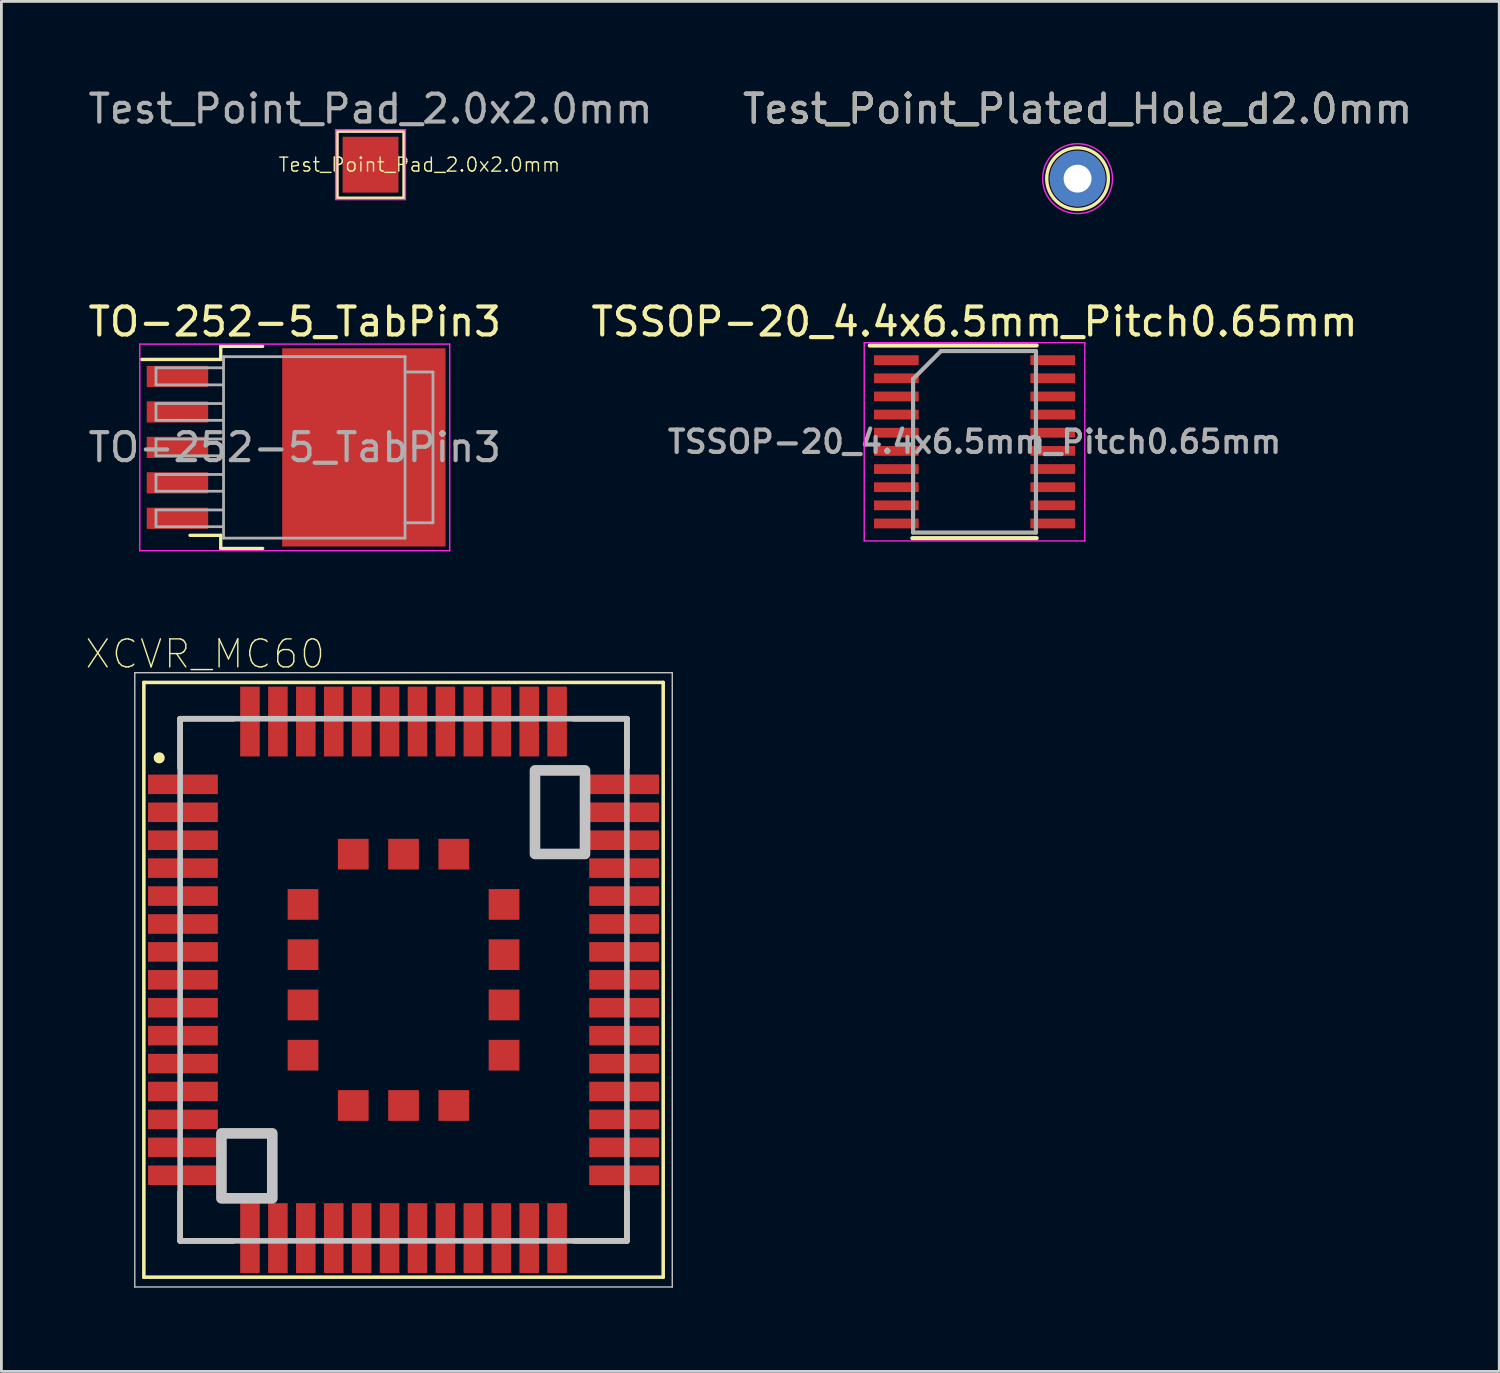
<source format=kicad_pcb>
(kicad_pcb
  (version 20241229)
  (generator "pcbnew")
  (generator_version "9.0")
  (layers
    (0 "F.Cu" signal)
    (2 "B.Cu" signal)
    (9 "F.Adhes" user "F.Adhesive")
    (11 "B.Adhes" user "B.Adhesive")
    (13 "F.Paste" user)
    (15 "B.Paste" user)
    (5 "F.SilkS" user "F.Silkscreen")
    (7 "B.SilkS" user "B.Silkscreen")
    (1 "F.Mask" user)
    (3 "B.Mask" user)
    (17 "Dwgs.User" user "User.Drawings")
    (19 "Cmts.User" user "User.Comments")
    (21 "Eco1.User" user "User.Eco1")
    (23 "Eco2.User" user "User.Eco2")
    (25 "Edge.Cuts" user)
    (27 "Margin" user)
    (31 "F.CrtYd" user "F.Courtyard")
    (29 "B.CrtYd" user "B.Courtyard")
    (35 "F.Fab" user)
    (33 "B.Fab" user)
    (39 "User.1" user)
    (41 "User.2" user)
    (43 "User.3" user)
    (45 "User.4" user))
  (footprint "TO-252-5_TabPin3"
    (layer "F.Cu")
    (at 3.306 12.973)
    (property "Reference" "TO-252-5_TabPin3" (at 4.2 -4.5 0) (layer "F.SilkS") (effects (font (size 1 1) (thickness 0.15))))
    (attr smd)
    (fp_line (start 1.55 -3.62) (end 1.55 -3.15) (stroke (width 0.12) (type solid)) (layer "F.SilkS"))
    (fp_line (start 1.55 -3.15) (end -1.28 -3.15) (stroke (width 0.12) (type solid)) (layer "F.SilkS"))
    (fp_line (start 1.55 3.15) (end 0.45 3.15) (stroke (width 0.12) (type solid)) (layer "F.SilkS"))
    (fp_line (start 1.55 3.62) (end 1.55 3.15) (stroke (width 0.12) (type solid)) (layer "F.SilkS"))
    (fp_line (start 3.05 -3.62) (end 1.55 -3.62) (stroke (width 0.12) (type solid)) (layer "F.SilkS"))
    (fp_line (start 3.05 3.62) (end 1.55 3.62) (stroke (width 0.12) (type solid)) (layer "F.SilkS"))
    (fp_line (start -1.35 -3.7) (end -1.35 3.7) (stroke (width 0.05) (type solid)) (layer "F.CrtYd"))
    (fp_line (start -1.35 3.7) (end 9.75 3.7) (stroke (width 0.05) (type solid)) (layer "F.CrtYd"))
    (fp_line (start 9.75 -3.7) (end -1.35 -3.7) (stroke (width 0.05) (type solid)) (layer "F.CrtYd"))
    (fp_line (start 9.75 3.7) (end 9.75 -3.7) (stroke (width 0.05) (type solid)) (layer "F.CrtYd"))
    (fp_line (start -0.77 -2.84) (end -0.77 -2.24) (stroke (width 0.1) (type solid)) (layer "F.Fab"))
    (fp_line (start -0.77 -2.24) (end 1.65 -2.24) (stroke (width 0.1) (type solid)) (layer "F.Fab"))
    (fp_line (start -0.77 -1.57) (end -0.77 -0.97) (stroke (width 0.1) (type solid)) (layer "F.Fab"))
    (fp_line (start -0.77 -0.97) (end 1.65 -0.97) (stroke (width 0.1) (type solid)) (layer "F.Fab"))
    (fp_line (start -0.77 -0.3) (end -0.77 0.3) (stroke (width 0.1) (type solid)) (layer "F.Fab"))
    (fp_line (start -0.77 0.3) (end 1.65 0.3) (stroke (width 0.1) (type solid)) (layer "F.Fab"))
    (fp_line (start -0.77 0.97) (end -0.77 1.57) (stroke (width 0.1) (type solid)) (layer "F.Fab"))
    (fp_line (start -0.77 1.57) (end 1.65 1.57) (stroke (width 0.1) (type solid)) (layer "F.Fab"))
    (fp_line (start -0.77 2.24) (end -0.77 2.84) (stroke (width 0.1) (type solid)) (layer "F.Fab"))
    (fp_line (start -0.77 2.84) (end 1.65 2.84) (stroke (width 0.1) (type solid)) (layer "F.Fab"))
    (fp_line (start 1.65 -3.25) (end 8.15 -3.25) (stroke (width 0.1) (type solid)) (layer "F.Fab"))
    (fp_line (start 1.65 -2.85) (end -0.77 -2.85) (stroke (width 0.1) (type solid)) (layer "F.Fab"))
    (fp_line (start 1.65 -1.57) (end -0.77 -1.57) (stroke (width 0.1) (type solid)) (layer "F.Fab"))
    (fp_line (start 1.65 -0.3) (end -0.77 -0.3) (stroke (width 0.1) (type solid)) (layer "F.Fab"))
    (fp_line (start 1.65 0.97) (end -0.77 0.97) (stroke (width 0.1) (type solid)) (layer "F.Fab"))
    (fp_line (start 1.65 2.24) (end -0.77 2.24) (stroke (width 0.1) (type solid)) (layer "F.Fab"))
    (fp_line (start 1.65 3.25) (end 1.65 -3.25) (stroke (width 0.1) (type solid)) (layer "F.Fab"))
    (fp_line (start 8.15 -3.25) (end 8.15 3.25) (stroke (width 0.1) (type solid)) (layer "F.Fab"))
    (fp_line (start 8.15 -2.7) (end 9.15 -2.7) (stroke (width 0.1) (type solid)) (layer "F.Fab"))
    (fp_line (start 8.15 3.25) (end 1.65 3.25) (stroke (width 0.1) (type solid)) (layer "F.Fab"))
    (fp_line (start 9.15 -2.7) (end 9.15 2.7) (stroke (width 0.1) (type solid)) (layer "F.Fab"))
    (fp_line (start 9.15 2.7) (end 8.15 2.7) (stroke (width 0.1) (type solid)) (layer "F.Fab"))
    (fp_text user "${REFERENCE}" (at 4.2 0 0) (layer "F.Fab") (effects (font (size 1 1) (thickness 0.15))))
    (pad "1" smd rect (at 0 -2.54) (size 2.2 0.76) (layers "F.Cu" "F.Mask" "F.Paste"))
    (pad "2" smd rect (at 0 -1.27) (size 2.2 0.76) (layers "F.Cu" "F.Mask" "F.Paste"))
    (pad "3" smd rect (at 0 0) (size 2.2 0.76) (layers "F.Cu" "F.Mask" "F.Paste"))
    (pad "3" smd rect (at 6.675 0) (size 5.85 7.1) (layers "F.Cu" "F.Mask"))
    (pad "4" smd rect (at 0 1.27) (size 2.2 0.76) (layers "F.Cu" "F.Mask" "F.Paste"))
    (pad "5" smd rect (at 0 2.54) (size 2.2 0.76) (layers "F.Cu" "F.Mask" "F.Paste")))
  (footprint "Test_Point_Plated_Hole_d2.0mm"
    (layer "F.Cu")
    (at 35.542 3.348)
    (property "Reference" "Test_Point_Plated_Hole_d2.0mm" (at 0 -2.498 0) (layer "F.SilkS") (effects (font (size 1 1) (thickness 0.15))))
    (attr exclude_from_pos_files exclude_from_bom)
    (fp_circle (center 0 0) (end 0.1 -1.1) (stroke (width 0.12) (type solid)) (fill no) (layer "F.SilkS"))
    (fp_circle (center 0 0) (end 1.25 0.05) (stroke (width 0.05) (type solid)) (fill no) (layer "F.CrtYd"))
    (fp_text user "${REFERENCE}" (at 0 -2.5 0) (layer "F.Fab") (effects (font (size 1 1) (thickness 0.15))))
    (pad "1" thru_hole circle (at 0 0) (size 2 2) (drill 1) (layers "*.Cu" "*.Mask")))
  (footprint "Test_Point_Pad_2.0x2.0mm"
    (layer "F.Cu")
    (at 10.22 2.848)
    (property "Reference" "Test_Point_Pad_2.0x2.0mm" (at 1.75 0 0) (layer "F.SilkS") (effects (font (size 0.5 0.5) (thickness 0.05))))
    (attr exclude_from_pos_files exclude_from_bom)
    (fp_line (start -1.2 -1.2) (end 1.2 -1.2) (stroke (width 0.12) (type solid)) (layer "F.SilkS"))
    (fp_line (start -1.2 1.2) (end -1.2 -1.2) (stroke (width 0.12) (type solid)) (layer "F.SilkS"))
    (fp_line (start 1.2 -1.2) (end 1.2 1.2) (stroke (width 0.12) (type solid)) (layer "F.SilkS"))
    (fp_line (start 1.2 1.2) (end -1.2 1.2) (stroke (width 0.12) (type solid)) (layer "F.SilkS"))
    (fp_line (start -1.25 -1.25) (end -1.25 1.25) (stroke (width 0.05) (type solid)) (layer "F.CrtYd"))
    (fp_line (start -1.25 -1.25) (end 1.25 -1.25) (stroke (width 0.05) (type solid)) (layer "F.CrtYd"))
    (fp_line (start 1.25 1.25) (end -1.25 1.25) (stroke (width 0.05) (type solid)) (layer "F.CrtYd"))
    (fp_line (start 1.25 1.25) (end 1.25 -1.25) (stroke (width 0.05) (type solid)) (layer "F.CrtYd"))
    (fp_text user "${REFERENCE}" (at 0 -2 0) (layer "F.Fab") (effects (font (size 1 1) (thickness 0.15))))
    (pad "1" smd rect (at 0 0) (size 2 2) (layers "F.Cu" "F.Mask")))
  (footprint "XCVR_MC60"
    (layer "F.Cu")
    (at 11.402 32.041)
    (property "Reference" "XCVR_MC60" (at -7.106 -11.669 0) (layer "F.SilkS") (effects (font (size 1.003 1.003) (thickness 0.05))))
    (attr smd)
    (fp_line (start -9.3 -10.65) (end 9.3 -10.65) (stroke (width 0.127) (type solid)) (layer "F.SilkS"))
    (fp_line (start -9.3 10.65) (end -9.3 -10.65) (stroke (width 0.127) (type solid)) (layer "F.SilkS"))
    (fp_line (start -8 -9.35) (end -8 -7.6) (stroke (width 0.2) (type solid)) (layer "F.SilkS"))
    (fp_line (start -8 -9.35) (end -6.1 -9.35) (stroke (width 0.2) (type solid)) (layer "F.SilkS"))
    (fp_line (start -8 7.6) (end -8 9.35) (stroke (width 0.2) (type solid)) (layer "F.SilkS"))
    (fp_line (start -8 9.35) (end -6.1 9.35) (stroke (width 0.2) (type solid)) (layer "F.SilkS"))
    (fp_line (start 8 -9.35) (end 6.1 -9.35) (stroke (width 0.2) (type solid)) (layer "F.SilkS"))
    (fp_line (start 8 -7.6) (end 8 -9.35) (stroke (width 0.2) (type solid)) (layer "F.SilkS"))
    (fp_line (start 8 9.35) (end 6.1 9.35) (stroke (width 0.2) (type solid)) (layer "F.SilkS"))
    (fp_line (start 8 9.35) (end 8 7.6) (stroke (width 0.2) (type solid)) (layer "F.SilkS"))
    (fp_line (start 9.3 -10.65) (end 9.3 10.65) (stroke (width 0.127) (type solid)) (layer "F.SilkS"))
    (fp_line (start 9.3 10.65) (end -9.3 10.65) (stroke (width 0.127) (type solid)) (layer "F.SilkS"))
    (fp_circle (center -8.75 -7.95) (end -8.65 -7.95) (stroke (width 0.2) (type solid)) (fill no) (layer "F.SilkS"))
    (fp_line (start -9.625 -11) (end 9.625 -11) (stroke (width 0.05) (type solid)) (layer "Dwgs.User"))
    (fp_line (start -9.625 11) (end -9.625 -11) (stroke (width 0.05) (type solid)) (layer "Dwgs.User"))
    (fp_line (start -8 -9.35) (end 8 -9.35) (stroke (width 0.2) (type solid)) (layer "Dwgs.User"))
    (fp_line (start -8 9.35) (end -8 -9.35) (stroke (width 0.2) (type solid)) (layer "Dwgs.User"))
    (fp_line (start 8 -9.35) (end 8 9.35) (stroke (width 0.2) (type solid)) (layer "Dwgs.User"))
    (fp_line (start 8 9.35) (end -8 9.35) (stroke (width 0.2) (type solid)) (layer "Dwgs.User"))
    (fp_line (start 9.625 -11) (end 9.625 11) (stroke (width 0.05) (type solid)) (layer "Dwgs.User"))
    (fp_line (start 9.625 11) (end -9.625 11) (stroke (width 0.05) (type solid)) (layer "Dwgs.User"))
    (fp_poly (pts (xy -6.522 5.5) (xy -4.7 5.5) (xy -4.7 7.826) (xy -6.522 7.826)) (stroke (width 0.381) (type solid)) (fill no) (layer "Dwgs.User"))
    (fp_poly (pts (xy 4.708 -7.5) (xy 6.5 -7.5) (xy 6.5 -4.507) (xy 4.708 -4.507)) (stroke (width 0.381) (type solid)) (fill no) (layer "Dwgs.User"))
    (pad "1" smd rect (at -7.9 -7) (size 2.5 0.7) (layers "F.Cu" "F.Mask" "F.Paste"))
    (pad "2" smd rect (at -7.9 -6) (size 2.5 0.7) (layers "F.Cu" "F.Mask" "F.Paste"))
    (pad "3" smd rect (at -7.9 -5) (size 2.5 0.7) (layers "F.Cu" "F.Mask" "F.Paste"))
    (pad "4" smd rect (at -7.9 -4) (size 2.5 0.7) (layers "F.Cu" "F.Mask" "F.Paste"))
    (pad "5" smd rect (at -7.9 -3) (size 2.5 0.7) (layers "F.Cu" "F.Mask" "F.Paste"))
    (pad "6" smd rect (at -7.9 -2) (size 2.5 0.7) (layers "F.Cu" "F.Mask" "F.Paste"))
    (pad "7" smd rect (at -7.9 -1) (size 2.5 0.7) (layers "F.Cu" "F.Mask" "F.Paste"))
    (pad "8" smd rect (at -7.9 0) (size 2.5 0.7) (layers "F.Cu" "F.Mask" "F.Paste"))
    (pad "9" smd rect (at -7.9 1) (size 2.5 0.7) (layers "F.Cu" "F.Mask" "F.Paste"))
    (pad "10" smd rect (at -7.9 2) (size 2.5 0.7) (layers "F.Cu" "F.Mask" "F.Paste"))
    (pad "11" smd rect (at -7.9 3) (size 2.5 0.7) (layers "F.Cu" "F.Mask" "F.Paste"))
    (pad "12" smd rect (at -7.9 4) (size 2.5 0.7) (layers "F.Cu" "F.Mask" "F.Paste"))
    (pad "13" smd rect (at -7.9 5) (size 2.5 0.7) (layers "F.Cu" "F.Mask" "F.Paste"))
    (pad "14" smd rect (at -7.9 6) (size 2.5 0.7) (layers "F.Cu" "F.Mask" "F.Paste"))
    (pad "15" smd rect (at -7.9 7) (size 2.5 0.7) (layers "F.Cu" "F.Mask" "F.Paste"))
    (pad "16" smd rect (at -5.5 9.25 90) (size 2.5 0.7) (layers "F.Cu" "F.Mask" "F.Paste"))
    (pad "17" smd rect (at -4.5 9.25 90) (size 2.5 0.7) (layers "F.Cu" "F.Mask" "F.Paste"))
    (pad "18" smd rect (at -3.5 9.25 90) (size 2.5 0.7) (layers "F.Cu" "F.Mask" "F.Paste"))
    (pad "19" smd rect (at -2.5 9.25 90) (size 2.5 0.7) (layers "F.Cu" "F.Mask" "F.Paste"))
    (pad "20" smd rect (at -1.5 9.25 90) (size 2.5 0.7) (layers "F.Cu" "F.Mask" "F.Paste"))
    (pad "21" smd rect (at -0.5 9.25 90) (size 2.5 0.7) (layers "F.Cu" "F.Mask" "F.Paste"))
    (pad "22" smd rect (at 0.5 9.25 90) (size 2.5 0.7) (layers "F.Cu" "F.Mask" "F.Paste"))
    (pad "23" smd rect (at 1.5 9.25 90) (size 2.5 0.7) (layers "F.Cu" "F.Mask" "F.Paste"))
    (pad "24" smd rect (at 2.5 9.25 90) (size 2.5 0.7) (layers "F.Cu" "F.Mask" "F.Paste"))
    (pad "25" smd rect (at 3.5 9.25 90) (size 2.5 0.7) (layers "F.Cu" "F.Mask" "F.Paste"))
    (pad "26" smd rect (at 4.5 9.25 90) (size 2.5 0.7) (layers "F.Cu" "F.Mask" "F.Paste"))
    (pad "27" smd rect (at 5.5 9.25 90) (size 2.5 0.7) (layers "F.Cu" "F.Mask" "F.Paste"))
    (pad "28" smd rect (at 7.9 7 180) (size 2.5 0.7) (layers "F.Cu" "F.Mask" "F.Paste"))
    (pad "29" smd rect (at 7.9 6 180) (size 2.5 0.7) (layers "F.Cu" "F.Mask" "F.Paste"))
    (pad "30" smd rect (at 7.9 5 180) (size 2.5 0.7) (layers "F.Cu" "F.Mask" "F.Paste"))
    (pad "31" smd rect (at 7.9 4 180) (size 2.5 0.7) (layers "F.Cu" "F.Mask" "F.Paste"))
    (pad "32" smd rect (at 7.9 3 180) (size 2.5 0.7) (layers "F.Cu" "F.Mask" "F.Paste"))
    (pad "33" smd rect (at 7.9 2 180) (size 2.5 0.7) (layers "F.Cu" "F.Mask" "F.Paste"))
    (pad "34" smd rect (at 7.9 1 180) (size 2.5 0.7) (layers "F.Cu" "F.Mask" "F.Paste"))
    (pad "35" smd rect (at 7.9 0 180) (size 2.5 0.7) (layers "F.Cu" "F.Mask" "F.Paste"))
    (pad "36" smd rect (at 7.9 -1 180) (size 2.5 0.7) (layers "F.Cu" "F.Mask" "F.Paste"))
    (pad "37" smd rect (at 7.9 -2 180) (size 2.5 0.7) (layers "F.Cu" "F.Mask" "F.Paste"))
    (pad "38" smd rect (at 7.9 -3 180) (size 2.5 0.7) (layers "F.Cu" "F.Mask" "F.Paste"))
    (pad "39" smd rect (at 7.9 -4 180) (size 2.5 0.7) (layers "F.Cu" "F.Mask" "F.Paste"))
    (pad "40" smd rect (at 7.9 -5 180) (size 2.5 0.7) (layers "F.Cu" "F.Mask" "F.Paste"))
    (pad "41" smd rect (at 7.9 -6 180) (size 2.5 0.7) (layers "F.Cu" "F.Mask" "F.Paste"))
    (pad "42" smd rect (at 7.9 -7 180) (size 2.5 0.7) (layers "F.Cu" "F.Mask" "F.Paste"))
    (pad "43" smd rect (at 5.5 -9.25 270) (size 2.5 0.7) (layers "F.Cu" "F.Mask" "F.Paste"))
    (pad "44" smd rect (at 4.5 -9.25 270) (size 2.5 0.7) (layers "F.Cu" "F.Mask" "F.Paste"))
    (pad "45" smd rect (at 3.5 -9.25 270) (size 2.5 0.7) (layers "F.Cu" "F.Mask" "F.Paste"))
    (pad "46" smd rect (at 2.5 -9.25 270) (size 2.5 0.7) (layers "F.Cu" "F.Mask" "F.Paste"))
    (pad "47" smd rect (at 1.5 -9.25 270) (size 2.5 0.7) (layers "F.Cu" "F.Mask" "F.Paste"))
    (pad "48" smd rect (at 0.5 -9.25 270) (size 2.5 0.7) (layers "F.Cu" "F.Mask" "F.Paste"))
    (pad "49" smd rect (at -0.5 -9.25 270) (size 2.5 0.7) (layers "F.Cu" "F.Mask" "F.Paste"))
    (pad "50" smd rect (at -1.5 -9.25 270) (size 2.5 0.7) (layers "F.Cu" "F.Mask" "F.Paste"))
    (pad "51" smd rect (at -2.5 -9.25 270) (size 2.5 0.7) (layers "F.Cu" "F.Mask" "F.Paste"))
    (pad "52" smd rect (at -3.5 -9.25 270) (size 2.5 0.7) (layers "F.Cu" "F.Mask" "F.Paste"))
    (pad "53" smd rect (at -4.5 -9.25 270) (size 2.5 0.7) (layers "F.Cu" "F.Mask" "F.Paste"))
    (pad "54" smd rect (at -5.5 -9.25 270) (size 2.5 0.7) (layers "F.Cu" "F.Mask" "F.Paste"))
    (pad "55" smd rect (at -3.6 -2.7) (size 1.1 1.1) (layers "F.Cu" "F.Mask" "F.Paste"))
    (pad "56" smd rect (at -3.6 -0.9) (size 1.1 1.1) (layers "F.Cu" "F.Mask" "F.Paste"))
    (pad "57" smd rect (at -3.6 0.9) (size 1.1 1.1) (layers "F.Cu" "F.Mask" "F.Paste"))
    (pad "58" smd rect (at -3.6 2.7) (size 1.1 1.1) (layers "F.Cu" "F.Mask" "F.Paste"))
    (pad "59" smd rect (at -1.8 4.5) (size 1.1 1.1) (layers "F.Cu" "F.Mask" "F.Paste"))
    (pad "60" smd rect (at 0 4.5) (size 1.1 1.1) (layers "F.Cu" "F.Mask" "F.Paste"))
    (pad "61" smd rect (at 1.8 4.5) (size 1.1 1.1) (layers "F.Cu" "F.Mask" "F.Paste"))
    (pad "62" smd rect (at 3.6 2.7) (size 1.1 1.1) (layers "F.Cu" "F.Mask" "F.Paste"))
    (pad "63" smd rect (at 3.6 0.9) (size 1.1 1.1) (layers "F.Cu" "F.Mask" "F.Paste"))
    (pad "64" smd rect (at 3.6 -0.9) (size 1.1 1.1) (layers "F.Cu" "F.Mask" "F.Paste"))
    (pad "65" smd rect (at 3.6 -2.7) (size 1.1 1.1) (layers "F.Cu" "F.Mask" "F.Paste"))
    (pad "66" smd rect (at 1.8 -4.5) (size 1.1 1.1) (layers "F.Cu" "F.Mask" "F.Paste"))
    (pad "67" smd rect (at 0 -4.5) (size 1.1 1.1) (layers "F.Cu" "F.Mask" "F.Paste"))
    (pad "68" smd rect (at -1.8 -4.5) (size 1.1 1.1) (layers "F.Cu" "F.Mask" "F.Paste")))
  (footprint "TSSOP-20_4.4x6.5mm_Pitch0.65mm"
    (layer "F.Cu")
    (at 31.851 12.773)
    (property "Reference" "TSSOP-20_4.4x6.5mm_Pitch0.65mm" (at 0 -4.3 0) (layer "F.SilkS") (effects (font (size 1 1) (thickness 0.15))))
    (attr smd)
    (fp_line (start -3.75 -3.45) (end 2.225 -3.45) (stroke (width 0.15) (type solid)) (layer "F.SilkS"))
    (fp_line (start -2.225 3.45) (end 2.225 3.45) (stroke (width 0.15) (type solid)) (layer "F.SilkS"))
    (fp_line (start -3.95 -3.55) (end -3.95 3.55) (stroke (width 0.05) (type solid)) (layer "F.CrtYd"))
    (fp_line (start -3.95 -3.55) (end 3.95 -3.55) (stroke (width 0.05) (type solid)) (layer "F.CrtYd"))
    (fp_line (start -3.95 3.55) (end 3.95 3.55) (stroke (width 0.05) (type solid)) (layer "F.CrtYd"))
    (fp_line (start 3.95 -3.55) (end 3.95 3.55) (stroke (width 0.05) (type solid)) (layer "F.CrtYd"))
    (fp_line (start -2.2 -2.25) (end -1.2 -3.25) (stroke (width 0.15) (type solid)) (layer "F.Fab"))
    (fp_line (start -2.2 3.25) (end -2.2 -2.25) (stroke (width 0.15) (type solid)) (layer "F.Fab"))
    (fp_line (start -1.2 -3.25) (end 2.2 -3.25) (stroke (width 0.15) (type solid)) (layer "F.Fab"))
    (fp_line (start 2.2 -3.25) (end 2.2 3.25) (stroke (width 0.15) (type solid)) (layer "F.Fab"))
    (fp_line (start 2.2 3.25) (end -2.2 3.25) (stroke (width 0.15) (type solid)) (layer "F.Fab"))
    (fp_text user "${REFERENCE}" (at 0 0 0) (layer "F.Fab") (effects (font (size 0.8 0.8) (thickness 0.15))))
    (pad "1" smd rect (at -2.8 -2.925) (size 1.6 0.35) (layers "F.Cu" "F.Mask" "F.Paste"))
    (pad "2" smd rect (at -2.8 -2.275) (size 1.6 0.35) (layers "F.Cu" "F.Mask" "F.Paste"))
    (pad "3" smd rect (at -2.8 -1.625) (size 1.6 0.35) (layers "F.Cu" "F.Mask" "F.Paste"))
    (pad "4" smd rect (at -2.8 -0.975) (size 1.6 0.35) (layers "F.Cu" "F.Mask" "F.Paste"))
    (pad "5" smd rect (at -2.8 -0.325) (size 1.6 0.35) (layers "F.Cu" "F.Mask" "F.Paste"))
    (pad "6" smd rect (at -2.8 0.325) (size 1.6 0.35) (layers "F.Cu" "F.Mask" "F.Paste"))
    (pad "7" smd rect (at -2.8 0.975) (size 1.6 0.35) (layers "F.Cu" "F.Mask" "F.Paste"))
    (pad "8" smd rect (at -2.8 1.625) (size 1.6 0.35) (layers "F.Cu" "F.Mask" "F.Paste"))
    (pad "9" smd rect (at -2.8 2.275) (size 1.6 0.35) (layers "F.Cu" "F.Mask" "F.Paste"))
    (pad "10" smd rect (at -2.8 2.925) (size 1.6 0.35) (layers "F.Cu" "F.Mask" "F.Paste"))
    (pad "11" smd rect (at 2.8 2.925) (size 1.6 0.35) (layers "F.Cu" "F.Mask" "F.Paste"))
    (pad "12" smd rect (at 2.8 2.275) (size 1.6 0.35) (layers "F.Cu" "F.Mask" "F.Paste"))
    (pad "13" smd rect (at 2.8 1.625) (size 1.6 0.35) (layers "F.Cu" "F.Mask" "F.Paste"))
    (pad "14" smd rect (at 2.8 0.975) (size 1.6 0.35) (layers "F.Cu" "F.Mask" "F.Paste"))
    (pad "15" smd rect (at 2.8 0.325) (size 1.6 0.35) (layers "F.Cu" "F.Mask" "F.Paste"))
    (pad "16" smd rect (at 2.8 -0.325) (size 1.6 0.35) (layers "F.Cu" "F.Mask" "F.Paste"))
    (pad "17" smd rect (at 2.8 -0.975) (size 1.6 0.35) (layers "F.Cu" "F.Mask" "F.Paste"))
    (pad "18" smd rect (at 2.8 -1.625) (size 1.6 0.35) (layers "F.Cu" "F.Mask" "F.Paste"))
    (pad "19" smd rect (at 2.8 -2.275) (size 1.6 0.35) (layers "F.Cu" "F.Mask" "F.Paste"))
    (pad "20" smd rect (at 2.8 -2.925) (size 1.6 0.35) (layers "F.Cu" "F.Mask" "F.Paste")))
  (gr_rect
    (start -3 -3)
    (end 50.643 46.066)
    (stroke (width 0.1) (type default))
    (fill no)
    (layer "Edge.Cuts")))
</source>
